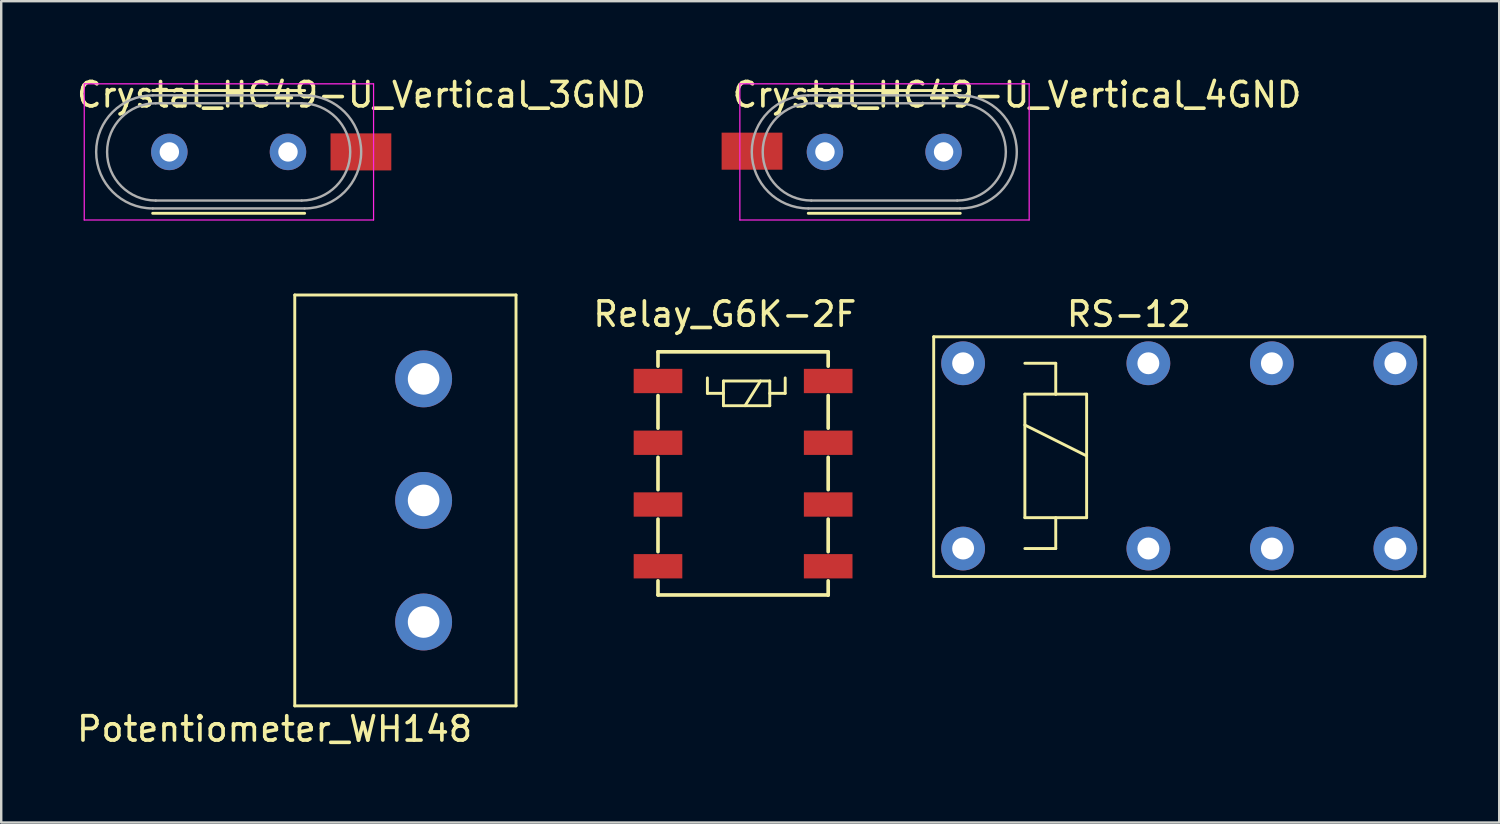
<source format=kicad_pcb>
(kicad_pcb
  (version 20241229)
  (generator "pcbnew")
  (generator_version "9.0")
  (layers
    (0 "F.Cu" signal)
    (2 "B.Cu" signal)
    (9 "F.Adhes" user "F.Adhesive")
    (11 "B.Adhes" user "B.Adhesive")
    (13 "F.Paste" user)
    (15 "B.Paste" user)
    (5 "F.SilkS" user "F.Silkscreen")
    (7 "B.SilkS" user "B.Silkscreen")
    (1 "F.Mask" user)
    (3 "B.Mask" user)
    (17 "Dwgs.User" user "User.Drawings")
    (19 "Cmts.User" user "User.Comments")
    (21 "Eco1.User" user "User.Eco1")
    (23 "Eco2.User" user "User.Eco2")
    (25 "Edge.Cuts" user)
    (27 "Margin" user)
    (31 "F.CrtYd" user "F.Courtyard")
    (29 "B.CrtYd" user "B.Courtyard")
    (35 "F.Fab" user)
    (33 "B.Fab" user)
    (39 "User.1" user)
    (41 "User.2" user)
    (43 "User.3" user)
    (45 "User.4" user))
  (footprint "Crystal_HC49-U_Vertical_3GND"
    (layer "F.Cu")
    (at 3.915 3.198)
    (property "Reference" "Crystal_HC49-U_Vertical_3GND" (at 7.9 -2.35 0) (layer "F.SilkS") (effects (font (size 1 1) (thickness 0.15))))
    (attr through_hole)
    (fp_line (start -0.685 -2.525) (end 5.565 -2.525) (stroke (width 0.12) (type solid)) (layer "F.SilkS"))
    (fp_line (start -0.685 2.525) (end 5.565 2.525) (stroke (width 0.12) (type solid)) (layer "F.SilkS"))
    (fp_line (start -3.5 -2.8) (end -3.5 2.8) (stroke (width 0.05) (type solid)) (layer "F.CrtYd"))
    (fp_line (start -3.5 2.8) (end 8.4 2.8) (stroke (width 0.05) (type solid)) (layer "F.CrtYd"))
    (fp_line (start 8.4 -2.8) (end -3.5 -2.8) (stroke (width 0.05) (type solid)) (layer "F.CrtYd"))
    (fp_line (start 8.4 2.8) (end 8.4 -2.8) (stroke (width 0.05) (type solid)) (layer "F.CrtYd"))
    (fp_line (start -0.685 -2.325) (end 5.565 -2.325) (stroke (width 0.1) (type solid)) (layer "F.Fab"))
    (fp_line (start -0.685 2.325) (end 5.565 2.325) (stroke (width 0.1) (type solid)) (layer "F.Fab"))
    (fp_line (start -0.56 -2) (end 5.44 -2) (stroke (width 0.1) (type solid)) (layer "F.Fab"))
    (fp_line (start -0.56 2) (end 5.44 2) (stroke (width 0.1) (type solid)) (layer "F.Fab"))
    (fp_arc (start -0.685 2.325) (mid -3.01 0) (end -0.685 -2.325) (stroke (width 0.1) (type solid)) (layer "F.Fab"))
    (fp_arc (start -0.56 2) (mid -2.56 0) (end -0.56 -2) (stroke (width 0.1) (type solid)) (layer "F.Fab"))
    (fp_arc (start 5.44 -2) (mid 7.44 0) (end 5.44 2) (stroke (width 0.1) (type solid)) (layer "F.Fab"))
    (fp_arc (start 5.565 -2.325) (mid 7.89 0) (end 5.565 2.325) (stroke (width 0.1) (type solid)) (layer "F.Fab"))
    (pad "1" thru_hole circle (at 0 0) (size 1.5 1.5) (drill 0.8) (layers "*.Cu" "*.Mask"))
    (pad "2" thru_hole circle (at 4.88 0) (size 1.5 1.5) (drill 0.8) (layers "*.Cu" "*.Mask"))
    (pad "3" smd rect (at 7.88 0) (size 2.5 1.524) (layers "F.Cu" "F.Mask" "F.Paste")))
  (footprint "Relay_G6K-2F"
    (layer "F.Cu")
    (at 24.014 12.621)
    (property "Reference" "Relay_G6K-2F" (at 2.75 -2.75 0) (layer "F.SilkS") (effects (font (size 1 1) (thickness 0.15))))
    (attr through_hole)
    (fp_line (start 0 -1.2) (end 7 -1.2) (stroke (width 0.15) (type solid)) (layer "F.SilkS"))
    (fp_line (start 0 -0.61) (end 0 -1.2) (stroke (width 0.15) (type solid)) (layer "F.SilkS"))
    (fp_line (start 0 0.6) (end 0 1.94) (stroke (width 0.15) (type solid)) (layer "F.SilkS"))
    (fp_line (start 0 3.14) (end 0 4.47) (stroke (width 0.15) (type solid)) (layer "F.SilkS"))
    (fp_line (start 0 5.68) (end 0 7.02) (stroke (width 0.15) (type solid)) (layer "F.SilkS"))
    (fp_line (start 0 8.22) (end 0 8.8) (stroke (width 0.15) (type solid)) (layer "F.SilkS"))
    (fp_line (start 2.032 -0.127) (end 2.032 0.508) (stroke (width 0.12) (type solid)) (layer "F.SilkS"))
    (fp_line (start 2.032 0.508) (end 2.692 0.508) (stroke (width 0.12) (type solid)) (layer "F.SilkS"))
    (fp_line (start 2.692 0) (end 2.692 1.016) (stroke (width 0.12) (type solid)) (layer "F.SilkS"))
    (fp_line (start 2.692 1.016) (end 4.597 1.016) (stroke (width 0.12) (type solid)) (layer "F.SilkS"))
    (fp_line (start 4.216 0) (end 3.581 1.016) (stroke (width 0.12) (type solid)) (layer "F.SilkS"))
    (fp_line (start 4.597 0) (end 2.692 0) (stroke (width 0.12) (type solid)) (layer "F.SilkS"))
    (fp_line (start 4.597 0) (end 4.597 1.016) (stroke (width 0.12) (type solid)) (layer "F.SilkS"))
    (fp_line (start 5.232 -0.127) (end 5.232 0.508) (stroke (width 0.12) (type solid)) (layer "F.SilkS"))
    (fp_line (start 5.232 0.508) (end 4.597 0.508) (stroke (width 0.12) (type solid)) (layer "F.SilkS"))
    (fp_line (start 7 -1.2) (end 7 -0.61) (stroke (width 0.15) (type solid)) (layer "F.SilkS"))
    (fp_line (start 7 0.6) (end 7 1.94) (stroke (width 0.15) (type solid)) (layer "F.SilkS"))
    (fp_line (start 7 3.14) (end 7 4.47) (stroke (width 0.15) (type solid)) (layer "F.SilkS"))
    (fp_line (start 7 5.68) (end 7 7.02) (stroke (width 0.15) (type solid)) (layer "F.SilkS"))
    (fp_line (start 7 8.22) (end 7 8.8) (stroke (width 0.15) (type solid)) (layer "F.SilkS"))
    (fp_line (start 7 8.8) (end 0 8.8) (stroke (width 0.15) (type solid)) (layer "F.SilkS"))
    (fp_line (start 7 8.8) (end 7 8.79) (stroke (width 0.15) (type solid)) (layer "F.SilkS"))
    (pad "1" smd rect (at 0 0) (size 2 1) (layers "F.Cu" "F.Mask" "F.Paste"))
    (pad "2" smd rect (at 0 2.54) (size 2 1) (layers "F.Cu" "F.Mask" "F.Paste"))
    (pad "3" smd rect (at 0 5.08) (size 2 1) (layers "F.Cu" "F.Mask" "F.Paste"))
    (pad "4" smd rect (at 0 7.62) (size 2 1) (layers "F.Cu" "F.Mask" "F.Paste"))
    (pad "5" smd rect (at 7 7.62) (size 2 1) (layers "F.Cu" "F.Mask" "F.Paste"))
    (pad "6" smd rect (at 7 5.08) (size 2 1) (layers "F.Cu" "F.Mask" "F.Paste"))
    (pad "7" smd rect (at 7 2.54) (size 2 1) (layers "F.Cu" "F.Mask" "F.Paste"))
    (pad "8" smd rect (at 7 0) (size 2 1) (layers "F.Cu" "F.Mask" "F.Paste")))
  (footprint "Potentiometer_WH148"
    (layer "F.Cu")
    (at 14.374 22.533)
    (property "Reference" "Potentiometer_WH148" (at -6.13 4.4 0) (layer "F.SilkS") (effects (font (size 1 1) (thickness 0.15))))
    (attr through_hole)
    (fp_line (start -5.3 -13.45) (end -5.3 3.45) (stroke (width 0.12) (type solid)) (layer "F.SilkS"))
    (fp_line (start -5.3 -13.45) (end 3.8 -13.45) (stroke (width 0.12) (type solid)) (layer "F.SilkS"))
    (fp_line (start -5.3 3.45) (end 3.8 3.45) (stroke (width 0.12) (type solid)) (layer "F.SilkS"))
    (fp_line (start 3.8 -13.45) (end 3.8 3.45) (stroke (width 0.12) (type solid)) (layer "F.SilkS"))
    (pad "1" thru_hole circle (at 0 0) (size 2.34 2.34) (drill 1.3) (layers "*.Cu" "*.Mask"))
    (pad "2" thru_hole circle (at 0 -5) (size 2.34 2.34) (drill 1.3) (layers "*.Cu" "*.Mask"))
    (pad "3" thru_hole circle (at 0 -10) (size 2.34 2.34) (drill 1.3) (layers "*.Cu" "*.Mask")))
  (footprint "Crystal_HC49-U_Vertical_4GND"
    (layer "F.Cu")
    (at 30.881 3.198)
    (property "Reference" "Crystal_HC49-U_Vertical_4GND" (at 7.9 -2.35 0) (layer "F.SilkS") (effects (font (size 1 1) (thickness 0.15))))
    (attr through_hole)
    (fp_line (start -0.685 -2.525) (end 5.565 -2.525) (stroke (width 0.12) (type solid)) (layer "F.SilkS"))
    (fp_line (start -0.685 2.525) (end 5.565 2.525) (stroke (width 0.12) (type solid)) (layer "F.SilkS"))
    (fp_line (start -3.5 -2.8) (end -3.5 2.8) (stroke (width 0.05) (type solid)) (layer "F.CrtYd"))
    (fp_line (start -3.5 2.8) (end 8.4 2.8) (stroke (width 0.05) (type solid)) (layer "F.CrtYd"))
    (fp_line (start 8.4 -2.8) (end -3.5 -2.8) (stroke (width 0.05) (type solid)) (layer "F.CrtYd"))
    (fp_line (start 8.4 2.8) (end 8.4 -2.8) (stroke (width 0.05) (type solid)) (layer "F.CrtYd"))
    (fp_line (start -0.685 -2.325) (end 5.565 -2.325) (stroke (width 0.1) (type solid)) (layer "F.Fab"))
    (fp_line (start -0.685 2.325) (end 5.565 2.325) (stroke (width 0.1) (type solid)) (layer "F.Fab"))
    (fp_line (start -0.56 -2) (end 5.44 -2) (stroke (width 0.1) (type solid)) (layer "F.Fab"))
    (fp_line (start -0.56 2) (end 5.44 2) (stroke (width 0.1) (type solid)) (layer "F.Fab"))
    (fp_arc (start -0.685 2.325) (mid -3.01 0) (end -0.685 -2.325) (stroke (width 0.1) (type solid)) (layer "F.Fab"))
    (fp_arc (start -0.56 2) (mid -2.56 0) (end -0.56 -2) (stroke (width 0.1) (type solid)) (layer "F.Fab"))
    (fp_arc (start 5.44 -2) (mid 7.44 0) (end 5.44 2) (stroke (width 0.1) (type solid)) (layer "F.Fab"))
    (fp_arc (start 5.565 -2.325) (mid 7.89 0) (end 5.565 2.325) (stroke (width 0.1) (type solid)) (layer "F.Fab"))
    (pad "1" thru_hole circle (at 0 0) (size 1.5 1.5) (drill 0.8) (layers "*.Cu" "*.Mask"))
    (pad "2" thru_hole circle (at 4.88 0) (size 1.5 1.5) (drill 0.8) (layers "*.Cu" "*.Mask"))
    (pad "4" smd rect (at -3 -0.03) (size 2.5 1.524) (layers "F.Cu" "F.Mask" "F.Paste")))
  (footprint "RS-12"
    (layer "F.Cu")
    (at 36.564 11.892)
    (property "Reference" "RS-12" (at 6.82 -2.02 0) (layer "F.SilkS") (effects (font (size 1 1) (thickness 0.15))))
    (attr through_hole)
    (fp_line (start -1.21 -1.09) (end 18.99 -1.09) (stroke (width 0.12) (type solid)) (layer "F.SilkS"))
    (fp_line (start -1.21 8.71) (end -1.21 -1.09) (stroke (width 0.12) (type solid)) (layer "F.SilkS"))
    (fp_line (start 2.54 0) (end 3.81 0) (stroke (width 0.12) (type solid)) (layer "F.SilkS"))
    (fp_line (start 2.54 1.27) (end 3.81 1.27) (stroke (width 0.12) (type solid)) (layer "F.SilkS"))
    (fp_line (start 2.54 2.54) (end 5.08 3.81) (stroke (width 0.12) (type solid)) (layer "F.SilkS"))
    (fp_line (start 2.54 6.35) (end 2.54 1.27) (stroke (width 0.12) (type solid)) (layer "F.SilkS"))
    (fp_line (start 3.81 0) (end 3.81 1.27) (stroke (width 0.12) (type solid)) (layer "F.SilkS"))
    (fp_line (start 3.81 1.27) (end 5.08 1.27) (stroke (width 0.12) (type solid)) (layer "F.SilkS"))
    (fp_line (start 3.81 6.35) (end 3.81 7.62) (stroke (width 0.12) (type solid)) (layer "F.SilkS"))
    (fp_line (start 3.81 7.62) (end 2.54 7.62) (stroke (width 0.12) (type solid)) (layer "F.SilkS"))
    (fp_line (start 5.08 1.27) (end 5.08 6.35) (stroke (width 0.12) (type solid)) (layer "F.SilkS"))
    (fp_line (start 5.08 6.35) (end 2.54 6.35) (stroke (width 0.12) (type solid)) (layer "F.SilkS"))
    (fp_line (start 18.99 -1.09) (end 18.99 8.71) (stroke (width 0.12) (type solid)) (layer "F.SilkS"))
    (fp_line (start 18.99 8.77) (end -1.21 8.77) (stroke (width 0.12) (type solid)) (layer "F.SilkS"))
    (pad "1" thru_hole circle (at 17.78 0) (size 1.8 1.8) (drill 0.9) (layers "*.Cu" "*.Mask"))
    (pad "3" thru_hole circle (at 12.7 0) (size 1.8 1.8) (drill 0.9) (layers "*.Cu" "*.Mask"))
    (pad "5" thru_hole circle (at 7.62 0) (size 1.8 1.8) (drill 0.9) (layers "*.Cu" "*.Mask"))
    (pad "8" thru_hole circle (at 0 0) (size 1.8 1.8) (drill 0.9) (layers "*.Cu" "*.Mask"))
    (pad "9" thru_hole circle (at 0 7.62) (size 1.8 1.8) (drill 0.9) (layers "*.Cu" "*.Mask"))
    (pad "12" thru_hole circle (at 7.62 7.62) (size 1.8 1.8) (drill 0.9) (layers "*.Cu" "*.Mask"))
    (pad "14" thru_hole circle (at 12.7 7.62) (size 1.8 1.8) (drill 0.9) (layers "*.Cu" "*.Mask"))
    (pad "16" thru_hole circle (at 17.78 7.62) (size 1.8 1.8) (drill 0.9) (layers "*.Cu" "*.Mask")))
  (gr_rect
    (start -3 -3)
    (end 58.614 30.782)
    (stroke (width 0.1) (type default))
    (fill no)
    (layer "Edge.Cuts")))
</source>
